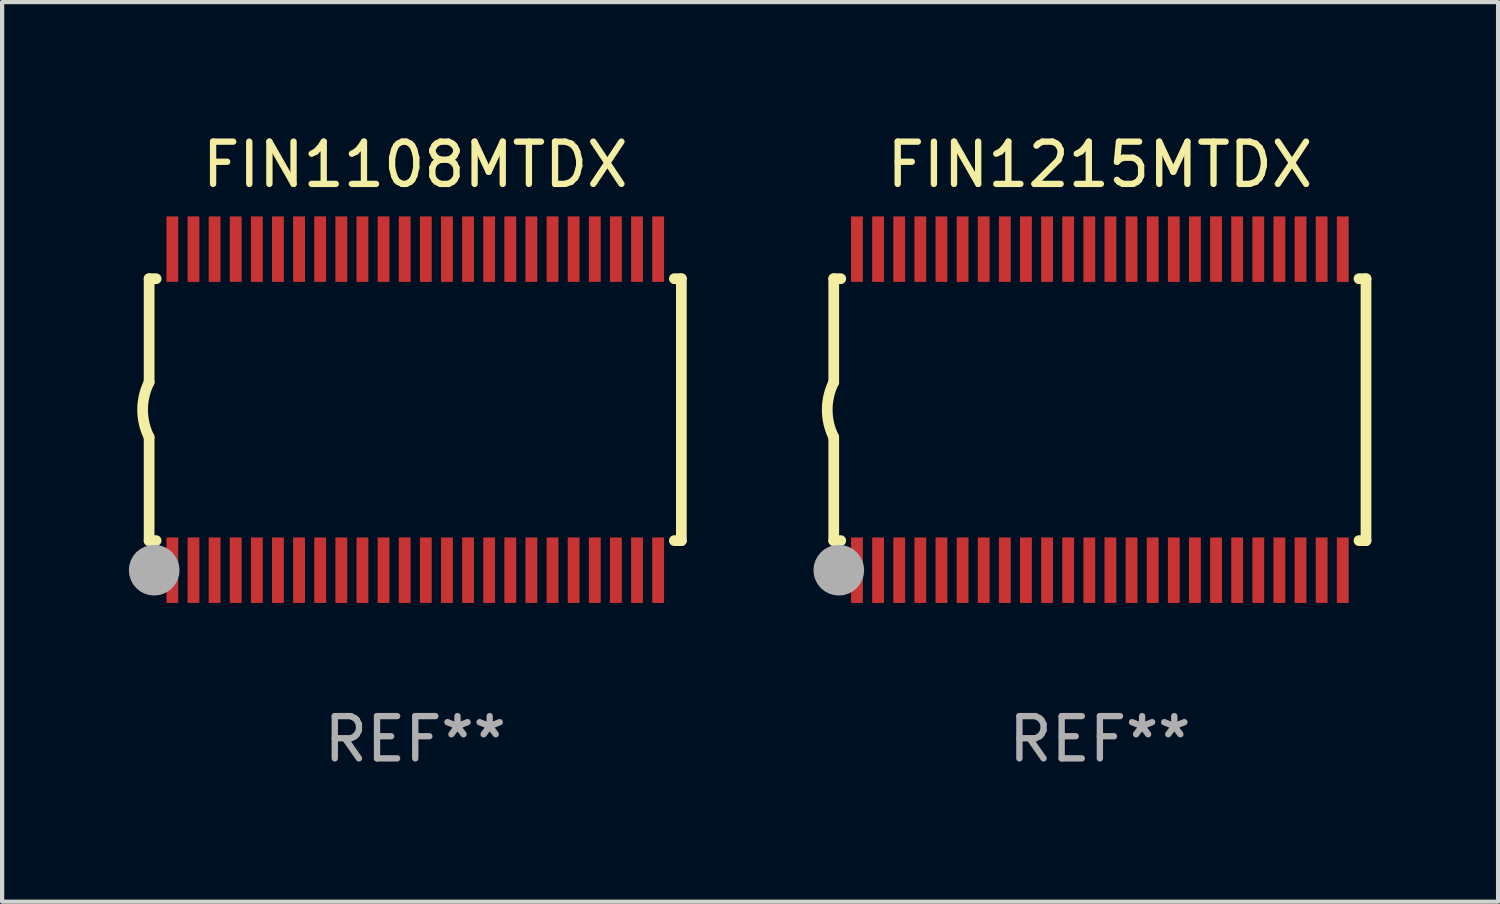
<source format=kicad_pcb>
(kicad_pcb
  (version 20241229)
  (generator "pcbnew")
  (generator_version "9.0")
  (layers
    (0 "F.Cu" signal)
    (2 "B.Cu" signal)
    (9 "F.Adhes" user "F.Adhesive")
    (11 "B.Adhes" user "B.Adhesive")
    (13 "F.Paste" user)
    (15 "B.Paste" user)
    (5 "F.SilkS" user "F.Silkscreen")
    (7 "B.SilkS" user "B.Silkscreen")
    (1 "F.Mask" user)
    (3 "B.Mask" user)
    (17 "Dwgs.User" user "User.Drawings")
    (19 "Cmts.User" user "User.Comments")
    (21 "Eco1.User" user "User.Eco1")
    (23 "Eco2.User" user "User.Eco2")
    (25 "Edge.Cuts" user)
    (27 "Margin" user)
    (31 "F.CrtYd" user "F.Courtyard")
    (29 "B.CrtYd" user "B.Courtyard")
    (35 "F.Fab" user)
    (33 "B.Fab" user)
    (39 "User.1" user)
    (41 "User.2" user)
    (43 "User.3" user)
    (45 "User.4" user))
  (footprint "FIN1215MTDX"
    (layer "F.Cu")
    (at 22.987 6.648)
    (property "Reference" "FIN1215MTDX" (at 0 -5.8 0) (layer "F.SilkS") (effects (font (size 1 1) (thickness 0.15))))
    (attr through_hole)
    (fp_line (start -6.3 -3.1) (end -6.3 -0.65) (stroke (width 0.254) (type solid)) (layer "F.SilkS"))
    (fp_line (start -6.3 -3.1) (end -6.134 -3.1) (stroke (width 0.254) (type solid)) (layer "F.SilkS"))
    (fp_line (start -6.3 3.1) (end -6.3 0.65) (stroke (width 0.254) (type solid)) (layer "F.SilkS"))
    (fp_line (start -6.3 3.1) (end -6.134 3.1) (stroke (width 0.254) (type solid)) (layer "F.SilkS"))
    (fp_line (start 6.134 -3.1) (end 6.3 -3.1) (stroke (width 0.254) (type solid)) (layer "F.SilkS"))
    (fp_line (start 6.134 3.1) (end 6.3 3.1) (stroke (width 0.254) (type solid)) (layer "F.SilkS"))
    (fp_line (start 6.3 -3.1) (end 6.3 3.1) (stroke (width 0.254) (type solid)) (layer "F.SilkS"))
    (fp_arc (start -6.301016 0.650114) (mid -6.45413 -0.000082) (end -6.3 -0.650038) (stroke (width 0.254001) (type solid)) (layer "F.SilkS"))
    (fp_circle (center -6.35 3.81) (end -6.223 3.81) (stroke (width 0.254) (type solid)) (fill no) (layer "F.SilkS"))
    (fp_circle (center -6.25 4.05) (end -6.22 4.05) (stroke (width 0.06) (type solid)) (fill no) (layer "F.SilkS"))
    (fp_circle (center -6.18 3.8) (end -5.88 3.8) (stroke (width 0.6) (type solid)) (fill no) (layer "F.Fab"))
    (fp_text user "REF**" (at 0 7.8 0) (layer "F.Fab") (effects (font (size 1 1) (thickness 0.15))))
    (pad "1" smd rect (at -5.75 3.8) (size 0.28 1.55) (layers "F.Cu" "F.Mask" "F.Paste"))
    (pad "2" smd rect (at -5.25 3.8) (size 0.28 1.55) (layers "F.Cu" "F.Mask" "F.Paste"))
    (pad "3" smd rect (at -4.75 3.8) (size 0.28 1.55) (layers "F.Cu" "F.Mask" "F.Paste"))
    (pad "4" smd rect (at -4.25 3.8) (size 0.28 1.55) (layers "F.Cu" "F.Mask" "F.Paste"))
    (pad "5" smd rect (at -3.75 3.8) (size 0.28 1.55) (layers "F.Cu" "F.Mask" "F.Paste"))
    (pad "6" smd rect (at -3.25 3.8) (size 0.28 1.55) (layers "F.Cu" "F.Mask" "F.Paste"))
    (pad "7" smd rect (at -2.75 3.8) (size 0.28 1.55) (layers "F.Cu" "F.Mask" "F.Paste"))
    (pad "8" smd rect (at -2.25 3.8) (size 0.28 1.55) (layers "F.Cu" "F.Mask" "F.Paste"))
    (pad "9" smd rect (at -1.75 3.8) (size 0.28 1.55) (layers "F.Cu" "F.Mask" "F.Paste"))
    (pad "10" smd rect (at -1.25 3.8) (size 0.28 1.55) (layers "F.Cu" "F.Mask" "F.Paste"))
    (pad "11" smd rect (at -0.75 3.8) (size 0.28 1.55) (layers "F.Cu" "F.Mask" "F.Paste"))
    (pad "12" smd rect (at -0.25 3.8) (size 0.28 1.55) (layers "F.Cu" "F.Mask" "F.Paste"))
    (pad "13" smd rect (at 0.25 3.8) (size 0.28 1.55) (layers "F.Cu" "F.Mask" "F.Paste"))
    (pad "14" smd rect (at 0.75 3.8) (size 0.28 1.55) (layers "F.Cu" "F.Mask" "F.Paste"))
    (pad "15" smd rect (at 1.25 3.8) (size 0.28 1.55) (layers "F.Cu" "F.Mask" "F.Paste"))
    (pad "16" smd rect (at 1.75 3.8) (size 0.28 1.55) (layers "F.Cu" "F.Mask" "F.Paste"))
    (pad "17" smd rect (at 2.25 3.8) (size 0.28 1.55) (layers "F.Cu" "F.Mask" "F.Paste"))
    (pad "18" smd rect (at 2.75 3.8) (size 0.28 1.55) (layers "F.Cu" "F.Mask" "F.Paste"))
    (pad "19" smd rect (at 3.25 3.8) (size 0.28 1.55) (layers "F.Cu" "F.Mask" "F.Paste"))
    (pad "20" smd rect (at 3.75 3.8) (size 0.28 1.55) (layers "F.Cu" "F.Mask" "F.Paste"))
    (pad "21" smd rect (at 4.25 3.8) (size 0.28 1.55) (layers "F.Cu" "F.Mask" "F.Paste"))
    (pad "22" smd rect (at 4.75 3.8) (size 0.28 1.55) (layers "F.Cu" "F.Mask" "F.Paste"))
    (pad "23" smd rect (at 5.25 3.8) (size 0.28 1.55) (layers "F.Cu" "F.Mask" "F.Paste"))
    (pad "24" smd rect (at 5.75 3.8) (size 0.28 1.55) (layers "F.Cu" "F.Mask" "F.Paste"))
    (pad "25" smd rect (at 5.75 -3.8) (size 0.28 1.55) (layers "F.Cu" "F.Mask" "F.Paste"))
    (pad "26" smd rect (at 5.25 -3.8) (size 0.28 1.55) (layers "F.Cu" "F.Mask" "F.Paste"))
    (pad "27" smd rect (at 4.75 -3.8) (size 0.28 1.55) (layers "F.Cu" "F.Mask" "F.Paste"))
    (pad "28" smd rect (at 4.25 -3.8) (size 0.28 1.55) (layers "F.Cu" "F.Mask" "F.Paste"))
    (pad "29" smd rect (at 3.75 -3.8) (size 0.28 1.55) (layers "F.Cu" "F.Mask" "F.Paste"))
    (pad "30" smd rect (at 3.25 -3.8) (size 0.28 1.55) (layers "F.Cu" "F.Mask" "F.Paste"))
    (pad "31" smd rect (at 2.75 -3.8) (size 0.28 1.55) (layers "F.Cu" "F.Mask" "F.Paste"))
    (pad "32" smd rect (at 2.25 -3.8) (size 0.28 1.55) (layers "F.Cu" "F.Mask" "F.Paste"))
    (pad "33" smd rect (at 1.75 -3.8) (size 0.28 1.55) (layers "F.Cu" "F.Mask" "F.Paste"))
    (pad "34" smd rect (at 1.25 -3.8) (size 0.28 1.55) (layers "F.Cu" "F.Mask" "F.Paste"))
    (pad "35" smd rect (at 0.75 -3.8) (size 0.28 1.55) (layers "F.Cu" "F.Mask" "F.Paste"))
    (pad "36" smd rect (at 0.25 -3.8) (size 0.28 1.55) (layers "F.Cu" "F.Mask" "F.Paste"))
    (pad "37" smd rect (at -0.25 -3.8) (size 0.28 1.55) (layers "F.Cu" "F.Mask" "F.Paste"))
    (pad "38" smd rect (at -0.75 -3.8) (size 0.28 1.55) (layers "F.Cu" "F.Mask" "F.Paste"))
    (pad "39" smd rect (at -1.25 -3.8) (size 0.28 1.55) (layers "F.Cu" "F.Mask" "F.Paste"))
    (pad "40" smd rect (at -1.75 -3.8) (size 0.28 1.55) (layers "F.Cu" "F.Mask" "F.Paste"))
    (pad "41" smd rect (at -2.25 -3.8) (size 0.28 1.55) (layers "F.Cu" "F.Mask" "F.Paste"))
    (pad "42" smd rect (at -2.75 -3.8) (size 0.28 1.55) (layers "F.Cu" "F.Mask" "F.Paste"))
    (pad "43" smd rect (at -3.25 -3.8) (size 0.28 1.55) (layers "F.Cu" "F.Mask" "F.Paste"))
    (pad "44" smd rect (at -3.75 -3.8) (size 0.28 1.55) (layers "F.Cu" "F.Mask" "F.Paste"))
    (pad "45" smd rect (at -4.25 -3.8) (size 0.28 1.55) (layers "F.Cu" "F.Mask" "F.Paste"))
    (pad "46" smd rect (at -4.75 -3.8) (size 0.28 1.55) (layers "F.Cu" "F.Mask" "F.Paste"))
    (pad "47" smd rect (at -5.25 -3.8) (size 0.28 1.55) (layers "F.Cu" "F.Mask" "F.Paste"))
    (pad "48" smd rect (at -5.75 -3.8) (size 0.28 1.55) (layers "F.Cu" "F.Mask" "F.Paste")))
  (footprint "FIN1108MTDX"
    (layer "F.Cu")
    (at 6.78 6.648)
    (property "Reference" "FIN1108MTDX" (at 0 -5.8 0) (layer "F.SilkS") (effects (font (size 1 1) (thickness 0.15))))
    (attr through_hole)
    (fp_line (start -6.3 -3.1) (end -6.3 -0.65) (stroke (width 0.254) (type solid)) (layer "F.SilkS"))
    (fp_line (start -6.3 -3.1) (end -6.134 -3.1) (stroke (width 0.254) (type solid)) (layer "F.SilkS"))
    (fp_line (start -6.3 3.1) (end -6.3 0.65) (stroke (width 0.254) (type solid)) (layer "F.SilkS"))
    (fp_line (start -6.3 3.1) (end -6.134 3.1) (stroke (width 0.254) (type solid)) (layer "F.SilkS"))
    (fp_line (start 6.134 -3.1) (end 6.3 -3.1) (stroke (width 0.254) (type solid)) (layer "F.SilkS"))
    (fp_line (start 6.134 3.1) (end 6.3 3.1) (stroke (width 0.254) (type solid)) (layer "F.SilkS"))
    (fp_line (start 6.3 -3.1) (end 6.3 3.1) (stroke (width 0.254) (type solid)) (layer "F.SilkS"))
    (fp_arc (start -6.301016 0.650114) (mid -6.45413 -0.000082) (end -6.3 -0.650038) (stroke (width 0.254001) (type solid)) (layer "F.SilkS"))
    (fp_circle (center -6.35 3.81) (end -6.223 3.81) (stroke (width 0.254) (type solid)) (fill no) (layer "F.SilkS"))
    (fp_circle (center -6.25 4.05) (end -6.22 4.05) (stroke (width 0.06) (type solid)) (fill no) (layer "F.SilkS"))
    (fp_circle (center -6.18 3.8) (end -5.88 3.8) (stroke (width 0.6) (type solid)) (fill no) (layer "F.Fab"))
    (fp_text user "REF**" (at 0 7.8 0) (layer "F.Fab") (effects (font (size 1 1) (thickness 0.15))))
    (pad "1" smd rect (at -5.75 3.8) (size 0.28 1.55) (layers "F.Cu" "F.Mask" "F.Paste"))
    (pad "2" smd rect (at -5.25 3.8) (size 0.28 1.55) (layers "F.Cu" "F.Mask" "F.Paste"))
    (pad "3" smd rect (at -4.75 3.8) (size 0.28 1.55) (layers "F.Cu" "F.Mask" "F.Paste"))
    (pad "4" smd rect (at -4.25 3.8) (size 0.28 1.55) (layers "F.Cu" "F.Mask" "F.Paste"))
    (pad "5" smd rect (at -3.75 3.8) (size 0.28 1.55) (layers "F.Cu" "F.Mask" "F.Paste"))
    (pad "6" smd rect (at -3.25 3.8) (size 0.28 1.55) (layers "F.Cu" "F.Mask" "F.Paste"))
    (pad "7" smd rect (at -2.75 3.8) (size 0.28 1.55) (layers "F.Cu" "F.Mask" "F.Paste"))
    (pad "8" smd rect (at -2.25 3.8) (size 0.28 1.55) (layers "F.Cu" "F.Mask" "F.Paste"))
    (pad "9" smd rect (at -1.75 3.8) (size 0.28 1.55) (layers "F.Cu" "F.Mask" "F.Paste"))
    (pad "10" smd rect (at -1.25 3.8) (size 0.28 1.55) (layers "F.Cu" "F.Mask" "F.Paste"))
    (pad "11" smd rect (at -0.75 3.8) (size 0.28 1.55) (layers "F.Cu" "F.Mask" "F.Paste"))
    (pad "12" smd rect (at -0.25 3.8) (size 0.28 1.55) (layers "F.Cu" "F.Mask" "F.Paste"))
    (pad "13" smd rect (at 0.25 3.8) (size 0.28 1.55) (layers "F.Cu" "F.Mask" "F.Paste"))
    (pad "14" smd rect (at 0.75 3.8) (size 0.28 1.55) (layers "F.Cu" "F.Mask" "F.Paste"))
    (pad "15" smd rect (at 1.25 3.8) (size 0.28 1.55) (layers "F.Cu" "F.Mask" "F.Paste"))
    (pad "16" smd rect (at 1.75 3.8) (size 0.28 1.55) (layers "F.Cu" "F.Mask" "F.Paste"))
    (pad "17" smd rect (at 2.25 3.8) (size 0.28 1.55) (layers "F.Cu" "F.Mask" "F.Paste"))
    (pad "18" smd rect (at 2.75 3.8) (size 0.28 1.55) (layers "F.Cu" "F.Mask" "F.Paste"))
    (pad "19" smd rect (at 3.25 3.8) (size 0.28 1.55) (layers "F.Cu" "F.Mask" "F.Paste"))
    (pad "20" smd rect (at 3.75 3.8) (size 0.28 1.55) (layers "F.Cu" "F.Mask" "F.Paste"))
    (pad "21" smd rect (at 4.25 3.8) (size 0.28 1.55) (layers "F.Cu" "F.Mask" "F.Paste"))
    (pad "22" smd rect (at 4.75 3.8) (size 0.28 1.55) (layers "F.Cu" "F.Mask" "F.Paste"))
    (pad "23" smd rect (at 5.25 3.8) (size 0.28 1.55) (layers "F.Cu" "F.Mask" "F.Paste"))
    (pad "24" smd rect (at 5.75 3.8) (size 0.28 1.55) (layers "F.Cu" "F.Mask" "F.Paste"))
    (pad "25" smd rect (at 5.75 -3.8) (size 0.28 1.55) (layers "F.Cu" "F.Mask" "F.Paste"))
    (pad "26" smd rect (at 5.25 -3.8) (size 0.28 1.55) (layers "F.Cu" "F.Mask" "F.Paste"))
    (pad "27" smd rect (at 4.75 -3.8) (size 0.28 1.55) (layers "F.Cu" "F.Mask" "F.Paste"))
    (pad "28" smd rect (at 4.25 -3.8) (size 0.28 1.55) (layers "F.Cu" "F.Mask" "F.Paste"))
    (pad "29" smd rect (at 3.75 -3.8) (size 0.28 1.55) (layers "F.Cu" "F.Mask" "F.Paste"))
    (pad "30" smd rect (at 3.25 -3.8) (size 0.28 1.55) (layers "F.Cu" "F.Mask" "F.Paste"))
    (pad "31" smd rect (at 2.75 -3.8) (size 0.28 1.55) (layers "F.Cu" "F.Mask" "F.Paste"))
    (pad "32" smd rect (at 2.25 -3.8) (size 0.28 1.55) (layers "F.Cu" "F.Mask" "F.Paste"))
    (pad "33" smd rect (at 1.75 -3.8) (size 0.28 1.55) (layers "F.Cu" "F.Mask" "F.Paste"))
    (pad "34" smd rect (at 1.25 -3.8) (size 0.28 1.55) (layers "F.Cu" "F.Mask" "F.Paste"))
    (pad "35" smd rect (at 0.75 -3.8) (size 0.28 1.55) (layers "F.Cu" "F.Mask" "F.Paste"))
    (pad "36" smd rect (at 0.25 -3.8) (size 0.28 1.55) (layers "F.Cu" "F.Mask" "F.Paste"))
    (pad "37" smd rect (at -0.25 -3.8) (size 0.28 1.55) (layers "F.Cu" "F.Mask" "F.Paste"))
    (pad "38" smd rect (at -0.75 -3.8) (size 0.28 1.55) (layers "F.Cu" "F.Mask" "F.Paste"))
    (pad "39" smd rect (at -1.25 -3.8) (size 0.28 1.55) (layers "F.Cu" "F.Mask" "F.Paste"))
    (pad "40" smd rect (at -1.75 -3.8) (size 0.28 1.55) (layers "F.Cu" "F.Mask" "F.Paste"))
    (pad "41" smd rect (at -2.25 -3.8) (size 0.28 1.55) (layers "F.Cu" "F.Mask" "F.Paste"))
    (pad "42" smd rect (at -2.75 -3.8) (size 0.28 1.55) (layers "F.Cu" "F.Mask" "F.Paste"))
    (pad "43" smd rect (at -3.25 -3.8) (size 0.28 1.55) (layers "F.Cu" "F.Mask" "F.Paste"))
    (pad "44" smd rect (at -3.75 -3.8) (size 0.28 1.55) (layers "F.Cu" "F.Mask" "F.Paste"))
    (pad "45" smd rect (at -4.25 -3.8) (size 0.28 1.55) (layers "F.Cu" "F.Mask" "F.Paste"))
    (pad "46" smd rect (at -4.75 -3.8) (size 0.28 1.55) (layers "F.Cu" "F.Mask" "F.Paste"))
    (pad "47" smd rect (at -5.25 -3.8) (size 0.28 1.55) (layers "F.Cu" "F.Mask" "F.Paste"))
    (pad "48" smd rect (at -5.75 -3.8) (size 0.28 1.55) (layers "F.Cu" "F.Mask" "F.Paste")))
  (gr_rect
    (start -3 -3)
    (end 32.414 18.296)
    (stroke (width 0.1) (type default))
    (fill no)
    (layer "Edge.Cuts")))
</source>
